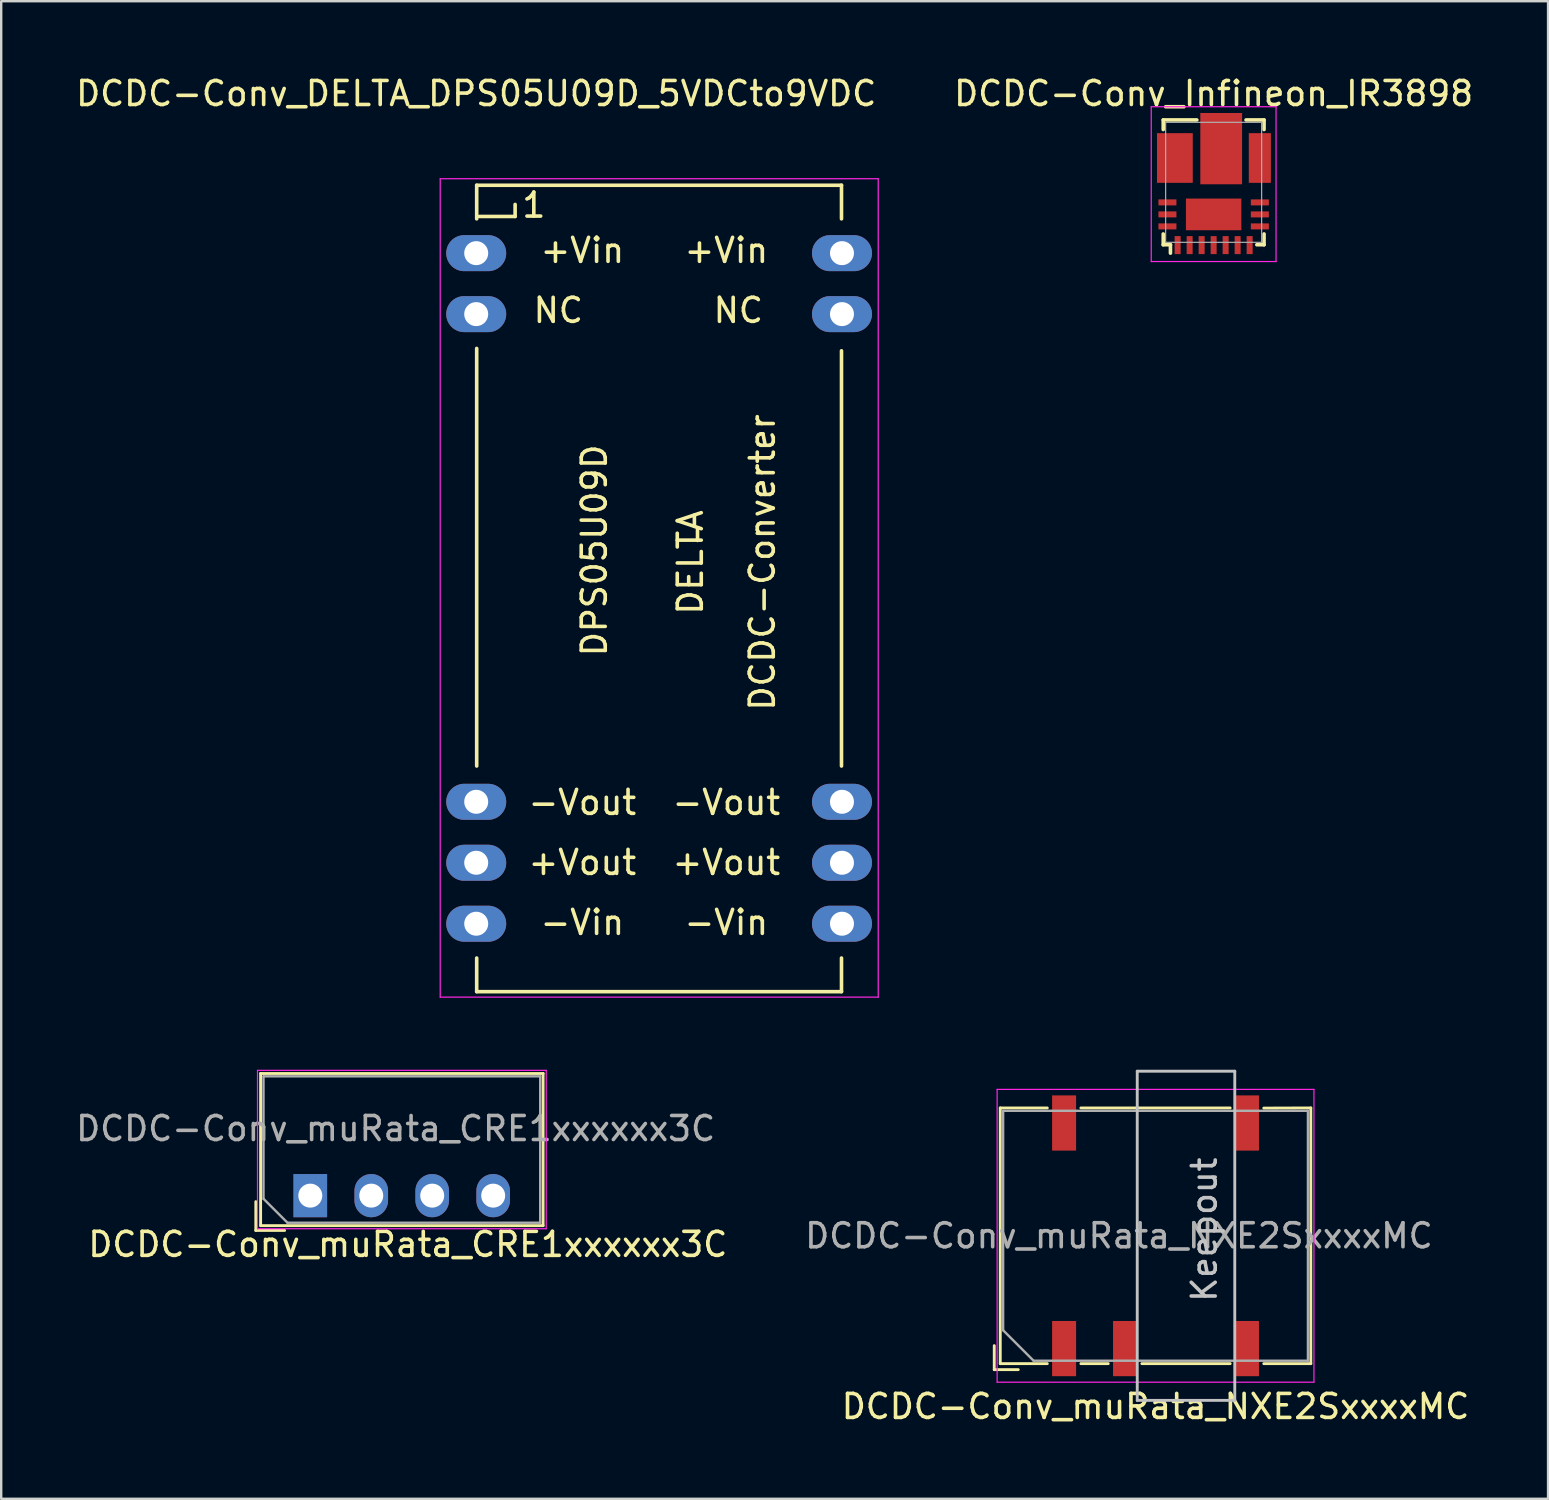
<source format=kicad_pcb>
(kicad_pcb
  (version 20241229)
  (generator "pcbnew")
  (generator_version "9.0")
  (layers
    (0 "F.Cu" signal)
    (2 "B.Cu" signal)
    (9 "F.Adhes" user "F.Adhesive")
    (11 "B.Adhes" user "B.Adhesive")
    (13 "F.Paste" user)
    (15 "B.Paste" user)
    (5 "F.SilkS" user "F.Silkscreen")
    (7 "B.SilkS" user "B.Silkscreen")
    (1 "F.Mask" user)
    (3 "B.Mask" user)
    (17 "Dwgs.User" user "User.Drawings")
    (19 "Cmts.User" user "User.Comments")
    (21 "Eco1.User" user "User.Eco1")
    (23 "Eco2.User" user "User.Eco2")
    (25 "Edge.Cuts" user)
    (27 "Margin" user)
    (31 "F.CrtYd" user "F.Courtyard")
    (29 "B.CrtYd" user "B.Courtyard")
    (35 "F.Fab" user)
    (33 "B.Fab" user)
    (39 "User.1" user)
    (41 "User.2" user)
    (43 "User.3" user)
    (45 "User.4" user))
  (footprint "DCDC-Conv_Infineon_IR3898"
    (layer "F.Cu")
    (at 47.618 4.548)
    (property "Reference" "DCDC-Conv_Infineon_IR3898" (at -0.1 -3.7 0) (layer "F.SilkS") (effects (font (size 1 1) (thickness 0.15))))
    (attr smd)
    (fp_line (start -2.2 -2.6) (end -2.2 -2.2) (stroke (width 0.15) (type solid)) (layer "F.SilkS"))
    (fp_line (start -2.2 2.15) (end -2.2 2.6) (stroke (width 0.15) (type solid)) (layer "F.SilkS"))
    (fp_line (start -2.2 2.6) (end -1.9 2.6) (stroke (width 0.15) (type solid)) (layer "F.SilkS"))
    (fp_line (start -1.9 2.6) (end -1.9 2.95) (stroke (width 0.15) (type solid)) (layer "F.SilkS"))
    (fp_line (start -0.8 -2.6) (end -2.2 -2.6) (stroke (width 0.15) (type solid)) (layer "F.SilkS"))
    (fp_line (start 1.7 2.6) (end 2 2.6) (stroke (width 0.15) (type solid)) (layer "F.SilkS"))
    (fp_line (start 2 -2.6) (end 1.25 -2.6) (stroke (width 0.15) (type solid)) (layer "F.SilkS"))
    (fp_line (start 2 -2.6) (end 2 -2.2) (stroke (width 0.15) (type solid)) (layer "F.SilkS"))
    (fp_line (start 2 2.15) (end 2 2.6) (stroke (width 0.15) (type solid)) (layer "F.SilkS"))
    (fp_line (start -2.7 -3.15) (end 2.5 -3.15) (stroke (width 0.05) (type solid)) (layer "F.CrtYd"))
    (fp_line (start -2.7 3.3) (end -2.7 -3.15) (stroke (width 0.05) (type solid)) (layer "F.CrtYd"))
    (fp_line (start 2.5 -3.15) (end 2.5 3.3) (stroke (width 0.05) (type solid)) (layer "F.CrtYd"))
    (fp_line (start 2.5 3.3) (end -2.7 3.3) (stroke (width 0.05) (type solid)) (layer "F.CrtYd"))
    (fp_line (start -2.1 -2.5) (end -2.1 2.5) (stroke (width 0.05) (type solid)) (layer "F.Fab"))
    (fp_line (start -2.1 -2.5) (end 1.9 -2.5) (stroke (width 0.05) (type solid)) (layer "F.Fab"))
    (fp_line (start -2.1 2.5) (end 1.9 2.5) (stroke (width 0.05) (type solid)) (layer "F.Fab"))
    (fp_line (start 1.9 -2.5) (end 1.9 2.5) (stroke (width 0.05) (type solid)) (layer "F.Fab"))
    (pad "" smd rect (at -1.975 -1.84 180) (size 0.8 0.3) (layers "F.Mask" "F.Paste"))
    (pad "" smd rect (at -1.975 -1.29 180) (size 0.8 0.3) (layers "F.Mask" "F.Paste"))
    (pad "" smd rect (at -1.975 -0.74 180) (size 0.8 0.3) (layers "F.Mask" "F.Paste"))
    (pad "" smd rect (at -1.975 -0.19 180) (size 0.8 0.3) (layers "F.Mask" "F.Paste"))
    (pad "" smd rect (at -1.75 -1.015 180) (size 0.27 1.89) (layers "F.Paste"))
    (pad "" smd rect (at -1.512 -1.015 180) (size 0.97 1.95) (layers "F.Mask"))
    (pad "" smd rect (at -1.255 -1.71) (size 0.43 0.46) (layers "F.Paste"))
    (pad "" smd rect (at -1.255 -1.71) (size 0.43 0.46) (layers "F.Paste"))
    (pad "" smd rect (at -1.255 -1) (size 0.43 0.46) (layers "F.Paste"))
    (pad "" smd rect (at -1.255 -1) (size 0.43 0.46) (layers "F.Paste"))
    (pad "" smd rect (at -1.255 -0.29) (size 0.43 0.46) (layers "F.Paste"))
    (pad "" smd rect (at -1.255 -0.29) (size 0.43 0.46) (layers "F.Paste"))
    (pad "" smd rect (at -0.9 0.98) (size 0.55 0.46) (layers "F.Paste"))
    (pad "" smd rect (at -0.9 0.98) (size 0.55 0.46) (layers "F.Paste"))
    (pad "" smd rect (at -0.9 1.69) (size 0.55 0.46) (layers "F.Paste"))
    (pad "" smd rect (at -0.9 1.69) (size 0.55 0.46) (layers "F.Paste"))
    (pad "" smd rect (at -0.445 -2.615) (size 0.3 0.6) (layers "F.Mask" "F.Paste"))
    (pad "" smd rect (at -0.25 -1.65) (size 0.67 0.46) (layers "F.Paste"))
    (pad "" smd rect (at -0.25 -1.65) (size 0.67 0.46) (layers "F.Paste"))
    (pad "" smd rect (at -0.25 -0.94) (size 0.67 0.46) (layers "F.Paste"))
    (pad "" smd rect (at -0.25 -0.94) (size 0.67 0.46) (layers "F.Paste"))
    (pad "" smd rect (at -0.25 -0.23) (size 0.67 0.46) (layers "F.Paste"))
    (pad "" smd rect (at -0.25 -0.23) (size 0.67 0.46) (layers "F.Paste"))
    (pad "" smd rect (at -0.1 0.98) (size 0.55 0.46) (layers "F.Paste"))
    (pad "" smd rect (at -0.1 0.98) (size 0.55 0.46) (layers "F.Paste"))
    (pad "" smd rect (at -0.1 1.335) (size 2.19 1.2) (layers "F.Mask"))
    (pad "" smd rect (at -0.1 1.69) (size 0.55 0.46) (layers "F.Paste"))
    (pad "" smd rect (at -0.1 1.69) (size 0.55 0.46) (layers "F.Paste"))
    (pad "" smd rect (at 0.215 -2.615) (size 0.3 0.6) (layers "F.Mask" "F.Paste"))
    (pad "" smd rect (at 0.215 -2.35) (size 1.56 0.27) (layers "F.Paste"))
    (pad "" smd rect (at 0.215 -1.205) (size 1.62 2.42) (layers "F.Mask"))
    (pad "" smd rect (at 0.67 -1.65) (size 0.67 0.46) (layers "F.Paste"))
    (pad "" smd rect (at 0.67 -1.65) (size 0.67 0.46) (layers "F.Paste"))
    (pad "" smd rect (at 0.67 -0.94) (size 0.67 0.46) (layers "F.Paste"))
    (pad "" smd rect (at 0.67 -0.94) (size 0.67 0.46) (layers "F.Paste"))
    (pad "" smd rect (at 0.67 -0.23) (size 0.67 0.46) (layers "F.Paste"))
    (pad "" smd rect (at 0.67 -0.23) (size 0.67 0.46) (layers "F.Paste"))
    (pad "" smd rect (at 0.7 0.98) (size 0.55 0.46) (layers "F.Paste"))
    (pad "" smd rect (at 0.7 0.98) (size 0.55 0.46) (layers "F.Paste"))
    (pad "" smd rect (at 0.7 1.69) (size 0.55 0.46) (layers "F.Paste"))
    (pad "" smd rect (at 0.7 1.69) (size 0.55 0.46) (layers "F.Paste"))
    (pad "" smd rect (at 0.875 -2.615) (size 0.3 0.6) (layers "F.Mask" "F.Paste"))
    (pad "" smd rect (at 1.625 -1.015) (size 0.4 1.95) (layers "F.Mask"))
    (pad "" smd rect (at 2.025 -1.84) (size 0.8 0.3) (drill (offset -0.2 0)) (layers "F.Mask" "F.Paste"))
    (pad "" smd rect (at 2.025 -1.29) (size 0.8 0.3) (drill (offset -0.2 0)) (layers "F.Mask" "F.Paste"))
    (pad "" smd rect (at 2.025 -0.74) (size 0.8 0.3) (drill (offset -0.2 0)) (layers "F.Mask" "F.Paste"))
    (pad "" smd rect (at 2.025 -0.19) (size 0.8 0.3) (drill (offset -0.2 0)) (layers "F.Mask" "F.Paste"))
    (pad "1" smd rect (at -1.6 2.615) (size 0.25 0.75) (layers "F.Cu" "F.Mask" "F.Paste"))
    (pad "2" smd rect (at -1.1 2.615) (size 0.25 0.75) (layers "F.Cu" "F.Mask" "F.Paste"))
    (pad "3" smd rect (at -0.6 2.615) (size 0.25 0.75) (layers "F.Cu" "F.Mask" "F.Paste"))
    (pad "4" smd rect (at -0.1 2.615) (size 0.25 0.75) (layers "F.Cu" "F.Mask" "F.Paste"))
    (pad "5" smd rect (at 0.4 2.615) (size 0.25 0.75) (layers "F.Cu" "F.Mask" "F.Paste"))
    (pad "6" smd rect (at 0.9 2.615) (size 0.25 0.75) (layers "F.Cu" "F.Mask" "F.Paste"))
    (pad "7" smd rect (at 1.4 2.615) (size 0.25 0.75) (layers "F.Cu" "F.Mask" "F.Paste"))
    (pad "8" smd rect (at 1.825 1.835) (size 0.75 0.25) (layers "F.Cu" "F.Mask" "F.Paste"))
    (pad "9" smd rect (at 1.825 1.335) (size 0.75 0.25) (layers "F.Cu" "F.Mask" "F.Paste"))
    (pad "10" smd rect (at 1.825 0.835) (size 0.75 0.25) (layers "F.Cu" "F.Mask" "F.Paste"))
    (pad "11" smd rect (at 1.825 -1.015) (size 0.92 2.07) (layers "F.Cu"))
    (pad "12" smd rect (at 0.215 -1.405) (size 1.74 2.97) (layers "F.Cu"))
    (pad "13" smd rect (at -1.715 -1.015 180) (size 1.49 2.07) (layers "F.Cu"))
    (pad "14" smd rect (at -2.025 0.835) (size 0.75 0.25) (layers "F.Cu" "F.Mask" "F.Paste"))
    (pad "15" smd rect (at -2.025 1.335) (size 0.75 0.25) (layers "F.Cu" "F.Mask" "F.Paste"))
    (pad "16" smd rect (at -2.025 1.835) (size 0.75 0.25) (layers "F.Cu" "F.Mask" "F.Paste"))
    (pad "17" smd rect (at -0.1 1.335) (size 2.31 1.32) (layers "F.Cu")))
  (footprint "DCDC-Conv_muRata_CRE1xxxxxx3C"
    (layer "F.Cu")
    (at 9.879 46.768)
    (property "Reference" "DCDC-Conv_muRata_CRE1xxxxxx3C" (at 4.064 2.032 0) (layer "F.SilkS") (effects (font (size 1 1) (thickness 0.15))))
    (attr through_hole)
    (fp_line (start -2.27 0.25) (end -2.27 1.45) (stroke (width 0.12) (type solid)) (layer "F.SilkS"))
    (fp_line (start -2.27 1.45) (end -1.07 1.45) (stroke (width 0.12) (type solid)) (layer "F.SilkS"))
    (fp_line (start -2.07 -5.09) (end -2.07 1.25) (stroke (width 0.12) (type solid)) (layer "F.SilkS"))
    (fp_line (start -2.07 -5.09) (end 9.7 -5.09) (stroke (width 0.12) (type solid)) (layer "F.SilkS"))
    (fp_line (start -2.07 1.25) (end 9.7 1.25) (stroke (width 0.12) (type solid)) (layer "F.SilkS"))
    (fp_line (start 9.7 -5.09) (end 9.7 1.25) (stroke (width 0.12) (type solid)) (layer "F.SilkS"))
    (fp_line (start -2.2 -5.22) (end -2.2 1.38) (stroke (width 0.05) (type solid)) (layer "F.CrtYd"))
    (fp_line (start -2.2 -5.22) (end 9.83 -5.22) (stroke (width 0.05) (type solid)) (layer "F.CrtYd"))
    (fp_line (start -2.2 1.38) (end 9.83 1.38) (stroke (width 0.05) (type solid)) (layer "F.CrtYd"))
    (fp_line (start 9.83 -5.22) (end 9.83 1.38) (stroke (width 0.05) (type solid)) (layer "F.CrtYd"))
    (fp_line (start -1.95 -4.97) (end 9.58 -4.97) (stroke (width 0.1) (type solid)) (layer "F.Fab"))
    (fp_line (start -1.95 0.13) (end -1.95 -4.97) (stroke (width 0.1) (type solid)) (layer "F.Fab"))
    (fp_line (start -1.95 0.13) (end -0.95 1.13) (stroke (width 0.1) (type solid)) (layer "F.Fab"))
    (fp_line (start -0.95 1.13) (end 9.58 1.13) (stroke (width 0.1) (type solid)) (layer "F.Fab"))
    (fp_line (start 9.58 1.13) (end 9.58 -4.97) (stroke (width 0.1) (type solid)) (layer "F.Fab"))
    (fp_text user "${REFERENCE}" (at 3.556 -2.794 0) (layer "F.Fab") (effects (font (size 1 1) (thickness 0.15))))
    (pad "1" thru_hole rect (at 0 0) (size 1.4 1.8) (drill 1) (layers "*.Cu" "*.Mask"))
    (pad "2" thru_hole oval (at 2.54 0) (size 1.4 1.8) (drill 1) (layers "*.Cu" "*.Mask"))
    (pad "3" thru_hole oval (at 5.08 0) (size 1.4 1.8) (drill 1) (layers "*.Cu" "*.Mask"))
    (pad "4" thru_hole oval (at 7.62 0) (size 1.4 1.8) (drill 1) (layers "*.Cu" "*.Mask")))
  (footprint "DCDC-Conv_DELTA_DPS05U09D_5VDCto9VDC"
    (layer "F.Cu")
    (at 16.792 7.498)
    (property "Reference" "DCDC-Conv_DELTA_DPS05U09D_5VDCto9VDC" (at 0 -6.65 0) (layer "F.SilkS") (effects (font (size 1 1) (thickness 0.15))))
    (attr through_hole)
    (fp_line (start 0.02 -1.43) (end 0.02 -2.83) (stroke (width 0.15) (type solid)) (layer "F.SilkS"))
    (fp_line (start 0.02 21.369) (end 0.02 3.97) (stroke (width 0.15) (type solid)) (layer "F.SilkS"))
    (fp_line (start 0.02 30.77) (end 0.02 29.37) (stroke (width 0.15) (type solid)) (layer "F.SilkS"))
    (fp_line (start 0.02 30.77) (end 15.22 30.77) (stroke (width 0.15) (type solid)) (layer "F.SilkS"))
    (fp_line (start 1.621 -2.03) (end 1.621 -1.529) (stroke (width 0.15) (type solid)) (layer "F.SilkS"))
    (fp_line (start 1.621 -1.529) (end 0.119 -1.529) (stroke (width 0.15) (type solid)) (layer "F.SilkS"))
    (fp_line (start 9.221 11.47) (end 9.221 11.97) (stroke (width 0.15) (type solid)) (layer "F.SilkS"))
    (fp_line (start 15.22 -2.83) (end 0.02 -2.83) (stroke (width 0.15) (type solid)) (layer "F.SilkS"))
    (fp_line (start 15.22 -2.83) (end 15.22 -1.43) (stroke (width 0.15) (type solid)) (layer "F.SilkS"))
    (fp_line (start 15.22 4.069) (end 15.22 21.369) (stroke (width 0.15) (type solid)) (layer "F.SilkS"))
    (fp_line (start 15.22 29.37) (end 15.22 30.77) (stroke (width 0.15) (type solid)) (layer "F.SilkS"))
    (fp_line (start -1.5 -3.1) (end -1.5 31) (stroke (width 0.05) (type solid)) (layer "F.CrtYd"))
    (fp_line (start -1.5 -3.1) (end 16.75 -3.1) (stroke (width 0.05) (type solid)) (layer "F.CrtYd"))
    (fp_line (start -1.5 31) (end 16.75 31) (stroke (width 0.05) (type solid)) (layer "F.CrtYd"))
    (fp_line (start 16.75 -3.1) (end 16.75 31) (stroke (width 0.05) (type solid)) (layer "F.CrtYd"))
    (fp_text user "+Vin" (at 4.421 -0.115 0) (layer "F.SilkS") (effects (font (size 1 1) (thickness 0.15))))
    (fp_text user "-Vout" (at 4.421 22.885 0) (layer "F.SilkS") (effects (font (size 1 1) (thickness 0.15))))
    (fp_text user "-Vin" (at 10.421 27.886 0) (layer "F.SilkS") (effects (font (size 1 1) (thickness 0.15))))
    (fp_text user "+Vout" (at 4.421 25.387 0) (layer "F.SilkS") (effects (font (size 1 1) (thickness 0.15))))
    (fp_text user "NC" (at 10.921 2.385 0) (layer "F.SilkS") (effects (font (size 1 1) (thickness 0.15))))
    (fp_text user "DPS05U09D" (at 4.921 12.385 270) (layer "F.SilkS") (effects (font (size 1 1) (thickness 0.15))))
    (fp_text user "DELTA" (at 8.922 12.885 270) (layer "F.SilkS") (effects (font (size 1 1) (thickness 0.15))))
    (fp_text user "DCDC-Converter" (at 11.922 12.885 270) (layer "F.SilkS") (effects (font (size 1 1) (thickness 0.15))))
    (fp_text user "+Vout" (at 10.421 25.387 0) (layer "F.SilkS") (effects (font (size 1 1) (thickness 0.15))))
    (fp_text user "1" (at 2.4 -2 0) (layer "F.SilkS") (effects (font (size 1 1) (thickness 0.15))))
    (fp_text user "NC" (at 3.42 2.385 0) (layer "F.SilkS") (effects (font (size 1 1) (thickness 0.15))))
    (fp_text user "+Vin" (at 10.421 -0.115 0) (layer "F.SilkS") (effects (font (size 1 1) (thickness 0.15))))
    (fp_text user "-Vout" (at 10.421 22.885 0) (layer "F.SilkS") (effects (font (size 1 1) (thickness 0.15))))
    (fp_text user "-Vin" (at 4.421 27.886 0) (layer "F.SilkS") (effects (font (size 1 1) (thickness 0.15))))
    (pad "1" thru_hole oval (at 0 0) (size 2.499 1.501) (drill 1.001) (layers "*.Cu" "*.Mask"))
    (pad "2" thru_hole oval (at 0 2.54) (size 2.499 1.501) (drill 1.001) (layers "*.Cu" "*.Mask"))
    (pad "10" thru_hole oval (at 0 22.86) (size 2.499 1.501) (drill 1.001) (layers "*.Cu" "*.Mask"))
    (pad "11" thru_hole oval (at 0 25.4) (size 2.499 1.501) (drill 1.001) (layers "*.Cu" "*.Mask"))
    (pad "12" thru_hole oval (at 0 27.94) (size 2.499 1.501) (drill 1.001) (layers "*.Cu" "*.Mask"))
    (pad "13" thru_hole oval (at 15.24 27.94) (size 2.499 1.501) (drill 1.001) (layers "*.Cu" "*.Mask"))
    (pad "14" thru_hole oval (at 15.24 25.4) (size 2.499 1.501) (drill 1.001) (layers "*.Cu" "*.Mask"))
    (pad "15" thru_hole oval (at 15.24 22.86) (size 2.499 1.501) (drill 1.001) (layers "*.Cu" "*.Mask"))
    (pad "23" thru_hole oval (at 15.24 2.54) (size 2.499 1.501) (drill 1.001) (layers "*.Cu" "*.Mask"))
    (pad "24" thru_hole oval (at 15.24 0) (size 2.499 1.501) (drill 1.001) (layers "*.Cu" "*.Mask")))
  (footprint "DCDC-Conv_muRata_NXE2SxxxxMC"
    (layer "F.Cu")
    (at 46.367 48.441)
    (property "Reference" "DCDC-Conv_muRata_NXE2SxxxxMC" (at -1.27 7.112 0) (layer "F.SilkS") (effects (font (size 1 1) (thickness 0.15))))
    (attr smd)
    (fp_line (start -7.99 4.577) (end -7.99 5.577) (stroke (width 0.12) (type solid)) (layer "F.SilkS"))
    (fp_line (start -7.99 5.577) (end -6.99 5.577) (stroke (width 0.12) (type solid)) (layer "F.SilkS"))
    (fp_line (start -7.74 -5.327) (end -5.78 -5.327) (stroke (width 0.12) (type solid)) (layer "F.SilkS"))
    (fp_line (start -7.74 5.327) (end -7.74 -5.327) (stroke (width 0.12) (type solid)) (layer "F.SilkS"))
    (fp_line (start -5.78 5.327) (end -7.74 5.327) (stroke (width 0.12) (type solid)) (layer "F.SilkS"))
    (fp_line (start -4.38 -5.327) (end 1.84 -5.327) (stroke (width 0.12) (type solid)) (layer "F.SilkS"))
    (fp_line (start -3.24 5.327) (end -4.38 5.327) (stroke (width 0.12) (type solid)) (layer "F.SilkS"))
    (fp_line (start 1.84 5.327) (end -1.84 5.327) (stroke (width 0.12) (type solid)) (layer "F.SilkS"))
    (fp_line (start 3.24 -5.32) (end 5.2 -5.327) (stroke (width 0.12) (type solid)) (layer "F.SilkS"))
    (fp_line (start 5.2 -5.327) (end 5.2 5.327) (stroke (width 0.12) (type solid)) (layer "F.SilkS"))
    (fp_line (start 5.2 5.327) (end 3.24 5.327) (stroke (width 0.12) (type solid)) (layer "F.SilkS"))
    (fp_line (start -2.032 -6.858) (end 2.032 -6.858) (stroke (width 0.12) (type solid)) (layer "Dwgs.User"))
    (fp_line (start -2.032 6.858) (end -2.032 -6.858) (stroke (width 0.12) (type solid)) (layer "Dwgs.User"))
    (fp_line (start 2.032 -6.858) (end 2.032 6.858) (stroke (width 0.12) (type solid)) (layer "Dwgs.User"))
    (fp_line (start 2.032 6.858) (end -2.032 6.858) (stroke (width 0.12) (type solid)) (layer "Dwgs.User"))
    (fp_line (start -7.87 -6.1) (end -7.87 6.1) (stroke (width 0.05) (type solid)) (layer "F.CrtYd"))
    (fp_line (start -7.87 -6.1) (end 5.33 -6.1) (stroke (width 0.05) (type solid)) (layer "F.CrtYd"))
    (fp_line (start 5.33 -6.1) (end 5.33 6.1) (stroke (width 0.05) (type solid)) (layer "F.CrtYd"))
    (fp_line (start 5.33 6.1) (end -7.87 6.1) (stroke (width 0.05) (type solid)) (layer "F.CrtYd"))
    (fp_line (start -7.62 -5.207) (end 5.08 -5.207) (stroke (width 0.1) (type solid)) (layer "F.Fab"))
    (fp_line (start -7.62 3.937) (end -7.62 -5.207) (stroke (width 0.1) (type solid)) (layer "F.Fab"))
    (fp_line (start -7.62 3.937) (end -6.35 5.207) (stroke (width 0.1) (type solid)) (layer "F.Fab"))
    (fp_line (start 5.08 -5.207) (end 5.08 5.207) (stroke (width 0.1) (type solid)) (layer "F.Fab"))
    (fp_line (start 5.08 5.207) (end -6.35 5.207) (stroke (width 0.1) (type solid)) (layer "F.Fab"))
    (fp_text user "Keepout" (at 0.762 -0.254 90) (layer "Dwgs.User") (effects (font (size 1 1) (thickness 0.15))))
    (fp_text user "${REFERENCE}" (at -2.794 0 0) (layer "F.Fab") (effects (font (size 1 1) (thickness 0.15))))
    (pad "1" smd rect (at -5.08 4.7) (size 1 2.3) (layers "F.Cu" "F.Mask" "F.Paste"))
    (pad "3" smd rect (at -2.54 4.7) (size 1 2.3) (layers "F.Cu" "F.Mask" "F.Paste"))
    (pad "7" smd rect (at 2.54 4.7) (size 1 2.3) (layers "F.Cu" "F.Mask" "F.Paste"))
    (pad "8" smd rect (at 2.54 -4.7) (size 1 2.3) (layers "F.Cu" "F.Mask" "F.Paste"))
    (pad "14" smd rect (at -5.08 -4.7) (size 1 2.3) (layers "F.Cu" "F.Mask" "F.Paste")))
  (gr_rect
    (start -3 -3)
    (end 61.452 59.401)
    (stroke (width 0.1) (type default))
    (fill no)
    (layer "Edge.Cuts")))
</source>
